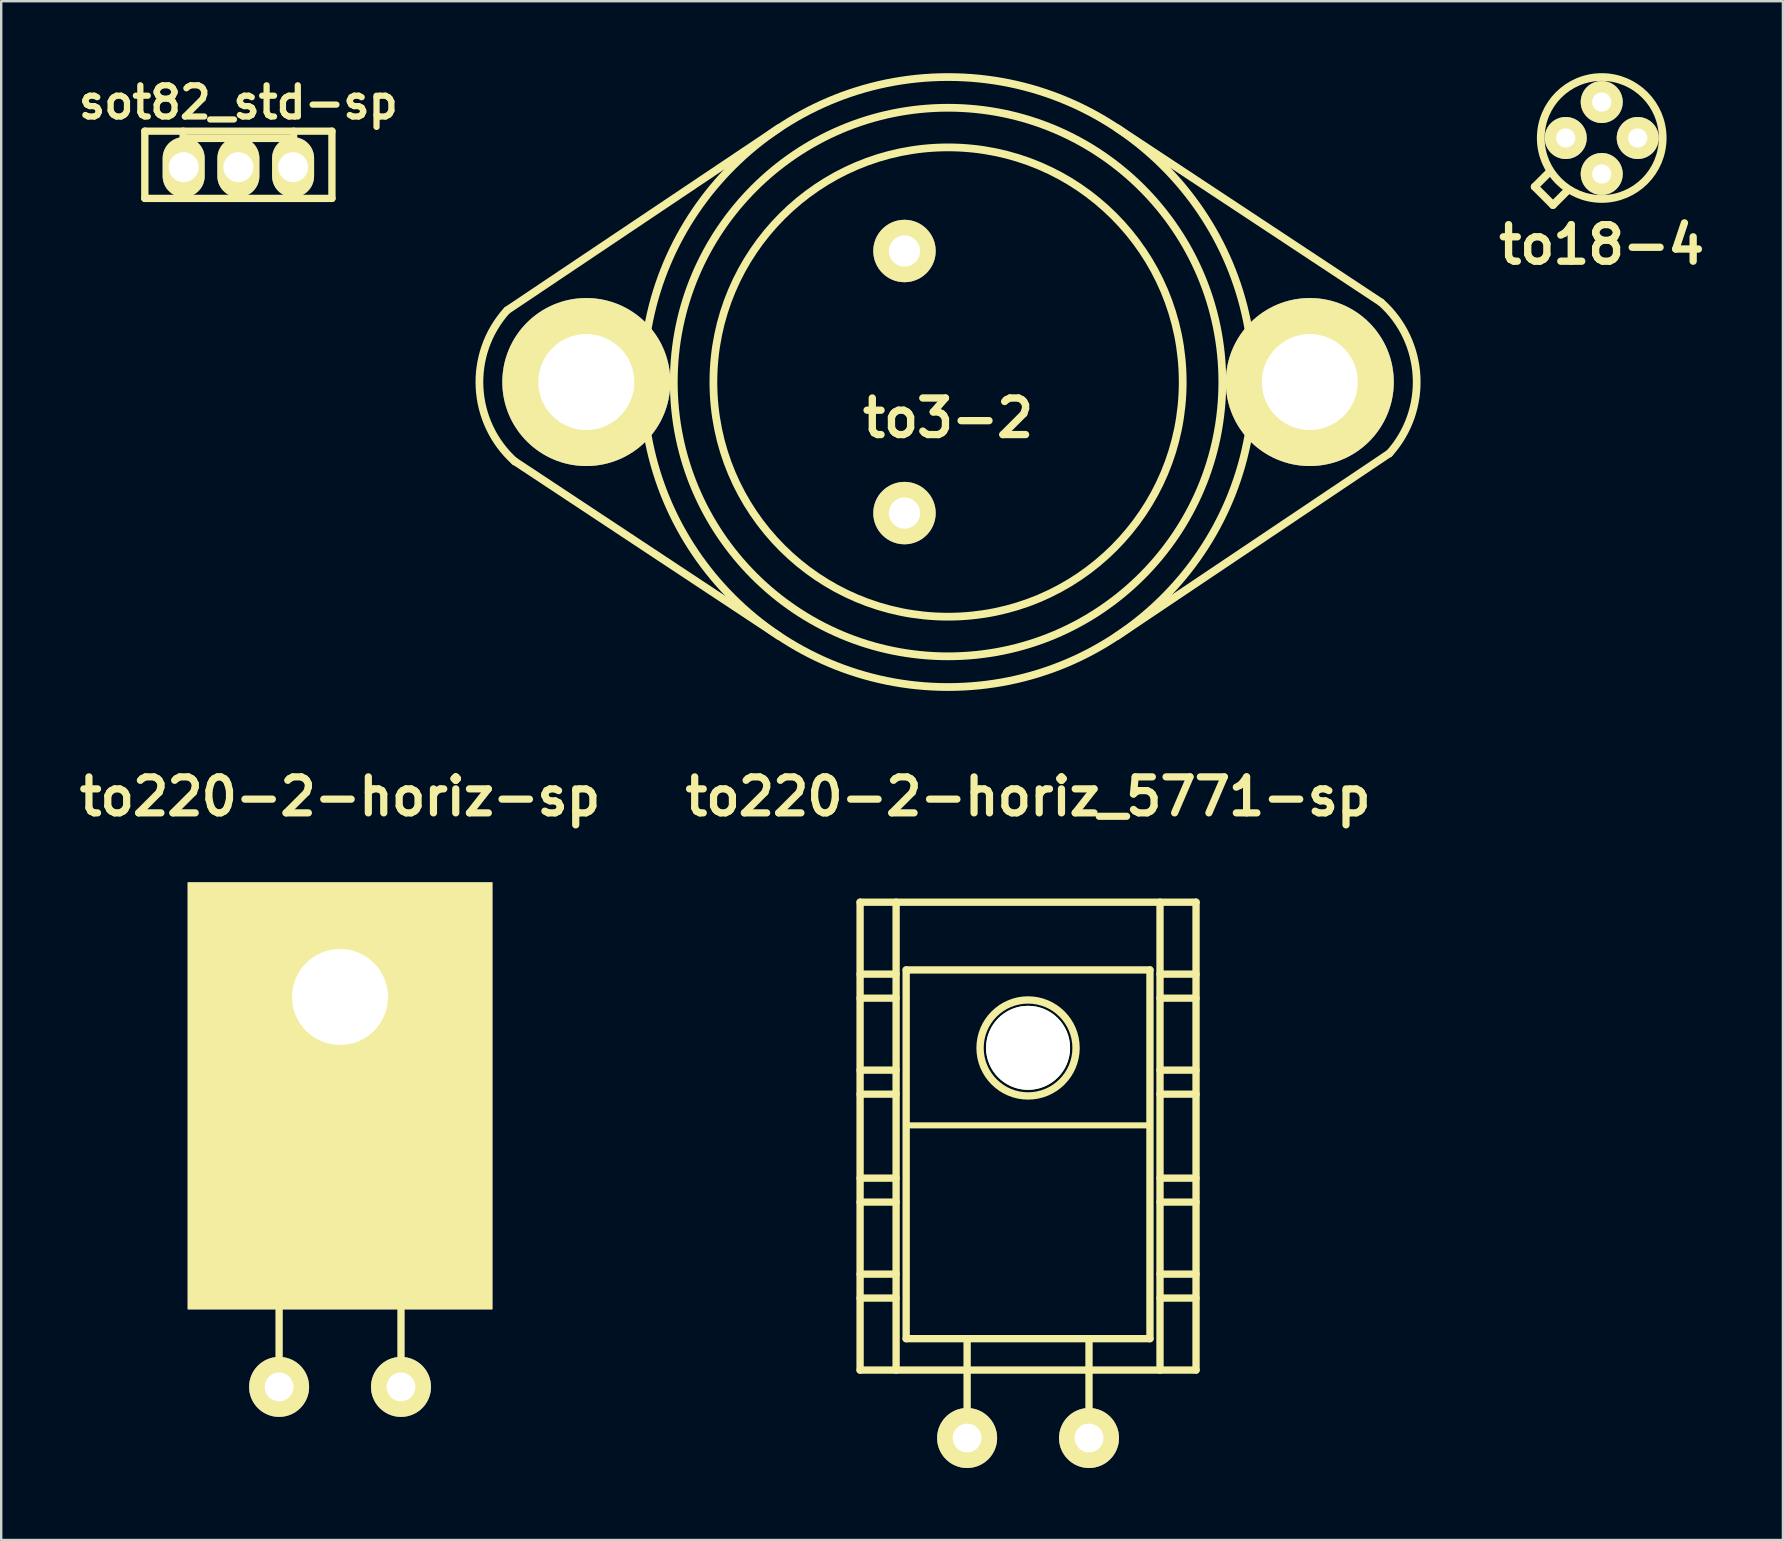
<source format=kicad_pcb>
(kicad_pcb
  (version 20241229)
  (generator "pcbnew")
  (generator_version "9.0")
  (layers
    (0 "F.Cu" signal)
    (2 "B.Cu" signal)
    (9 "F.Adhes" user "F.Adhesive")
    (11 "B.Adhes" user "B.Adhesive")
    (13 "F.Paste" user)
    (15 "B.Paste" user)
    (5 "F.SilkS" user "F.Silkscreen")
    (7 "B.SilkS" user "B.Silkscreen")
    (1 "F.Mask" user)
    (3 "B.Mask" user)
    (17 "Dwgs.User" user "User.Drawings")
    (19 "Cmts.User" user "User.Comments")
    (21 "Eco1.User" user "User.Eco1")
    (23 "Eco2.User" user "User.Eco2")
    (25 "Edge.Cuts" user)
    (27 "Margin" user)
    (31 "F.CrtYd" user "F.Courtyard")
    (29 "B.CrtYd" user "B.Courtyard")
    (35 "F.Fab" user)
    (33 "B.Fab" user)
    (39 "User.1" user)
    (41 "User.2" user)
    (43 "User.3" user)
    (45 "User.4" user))
  (footprint "to220-2-horiz-sp"
    (layer "F.Cu")
    (at 11.121 45.147)
    (property "Reference" "to220-2-horiz-sp" (at 0 -15 0) (layer "F.SilkS") (effects (font (size 1.5 1.5) (thickness 0.3))))
    (attr through_hole)
    (fp_line (start -5.08 -9.906) (end -5.08 5.461) (stroke (width 0.305) (type solid)) (layer "F.SilkS"))
    (fp_line (start -5.08 5.461) (end 5.08 5.461) (stroke (width 0.305) (type solid)) (layer "F.SilkS"))
    (fp_line (start -2.54 9.652) (end -2.54 5.461) (stroke (width 0.305) (type solid)) (layer "F.SilkS"))
    (fp_line (start 2.54 9.652) (end 2.54 5.461) (stroke (width 0.305) (type solid)) (layer "F.SilkS"))
    (fp_line (start 5.08 -9.906) (end -5.08 -9.906) (stroke (width 0.305) (type solid)) (layer "F.SilkS"))
    (fp_line (start 5.08 -3.429) (end -5.08 -3.429) (stroke (width 0.254) (type solid)) (layer "F.SilkS"))
    (fp_line (start 5.08 5.461) (end 5.08 -9.906) (stroke (width 0.305) (type solid)) (layer "F.SilkS"))
    (pad "1" thru_hole circle (at -2.54 9.6) (size 2.5 2.5) (drill 1.2) (layers "*.Cu" "*.Mask" "F.SilkS"))
    (pad "2" thru_hole circle (at 2.54 9.6) (size 2.5 2.5) (drill 1.2) (layers "*.Cu" "*.Mask" "F.SilkS"))
    (pad "3" thru_hole rect (at 0 -6.65) (size 12.7 17.8) (drill 4 (offset 0 4.12)) (layers "F.Cu" "F.Mask" "F.SilkS")))
  (footprint "to18-4"
    (layer "F.Cu")
    (at 63.7 2.701)
    (property "Reference" "to18-4" (at 0 4.445 0) (layer "F.SilkS") (effects (font (size 1.524 1.524) (thickness 0.305))))
    (attr through_hole)
    (fp_line (start -2.794 2.032) (end -2.032 2.794) (stroke (width 0.323) (type solid)) (layer "F.SilkS"))
    (fp_line (start -2.159 1.397) (end -2.794 2.032) (stroke (width 0.323) (type solid)) (layer "F.SilkS"))
    (fp_line (start -2.032 2.794) (end -1.397 2.159) (stroke (width 0.323) (type solid)) (layer "F.SilkS"))
    (fp_circle (center 0 0) (end -2.54 0) (stroke (width 0.323) (type solid)) (fill no) (layer "F.SilkS"))
    (pad "1" thru_hole circle (at 1.5 0) (size 1.75 1.75) (drill 0.8) (layers "*.Cu" "*.Mask" "F.SilkS"))
    (pad "2" thru_hole circle (at 0 -1.5) (size 1.75 1.75) (drill 0.8) (layers "*.Cu" "*.Mask" "F.SilkS"))
    (pad "3" thru_hole circle (at -1.5 0) (size 1.75 1.75) (drill 0.8) (layers "*.Cu" "*.Mask" "F.SilkS"))
    (pad "4" thru_hole circle (at 0 1.5) (size 1.75 1.75) (drill 0.8) (layers "*.Cu" "*.Mask" "F.SilkS")))
  (footprint "to3-2"
    (layer "F.Cu")
    (at 36.459 12.871)
    (property "Reference" "to3-2" (at 0 1.5 0) (layer "F.SilkS") (effects (font (size 1.524 1.524) (thickness 0.305))))
    (attr through_hole)
    (fp_line (start -18.364 -2.997) (end -7.036 -10.592) (stroke (width 0.323) (type solid)) (layer "F.SilkS"))
    (fp_line (start -18.059 3.302) (end -7.036 10.592) (stroke (width 0.323) (type solid)) (layer "F.SilkS"))
    (fp_line (start 18.034 -3.327) (end 7.036 -10.592) (stroke (width 0.323) (type solid)) (layer "F.SilkS"))
    (fp_line (start 18.39 2.972) (end 7.036 10.592) (stroke (width 0.323) (type solid)) (layer "F.SilkS"))
    (fp_arc (start -18.05432 3.31216) (mid -19.523719 0.235283) (end -18.38706 -2.97942) (stroke (width 0.32258) (type solid)) (layer "F.SilkS"))
    (fp_arc (start 18.05432 -3.31216) (mid 19.523719 -0.235283) (end 18.38706 2.97942) (stroke (width 0.32258) (type solid)) (layer "F.SilkS"))
    (fp_circle (center 0 0) (end -12.7 0.508) (stroke (width 0.323) (type solid)) (fill no) (layer "F.SilkS"))
    (fp_circle (center 0 0) (end -11.43 0) (stroke (width 0.323) (type solid)) (fill no) (layer "F.SilkS"))
    (fp_circle (center 0 0) (end -9.779 0) (stroke (width 0.323) (type solid)) (fill no) (layer "F.SilkS"))
    (pad "1" thru_hole circle (at -1.816 -5.461) (size 2.6 2.6) (drill 1.3) (layers "*.Cu" "*.Mask" "F.SilkS"))
    (pad "2" thru_hole circle (at -1.816 5.461) (size 2.6 2.6) (drill 1.3) (layers "*.Cu" "*.Mask" "F.SilkS"))
    (pad "3" thru_hole circle (at -15.075 0) (size 7 7) (drill 4) (layers "*.Cu" "*.Mask" "F.SilkS"))
    (pad "3" thru_hole circle (at 15.075 0) (size 7 7) (drill 4) (layers "*.Cu" "*.Mask" "F.SilkS")))
  (footprint "sot82_std-sp"
    (layer "F.Cu")
    (at 6.884 3.917)
    (property "Reference" "sot82_std-sp" (at 0 -2.7 0) (layer "F.SilkS") (effects (font (size 1.3 1.3) (thickness 0.26))))
    (attr through_hole)
    (fp_line (start -3.899 -1.501) (end -3.899 1.3) (stroke (width 0.305) (type solid)) (layer "F.SilkS"))
    (fp_line (start -3.899 1.3) (end 3.899 1.3) (stroke (width 0.305) (type solid)) (layer "F.SilkS"))
    (fp_line (start -2.301 -1.501) (end -2.301 -1.199) (stroke (width 0.305) (type solid)) (layer "F.SilkS"))
    (fp_line (start -2.301 -1.199) (end 2.301 -1.199) (stroke (width 0.305) (type solid)) (layer "F.SilkS"))
    (fp_line (start 2.301 -1.199) (end 2.301 -1.501) (stroke (width 0.305) (type solid)) (layer "F.SilkS"))
    (fp_line (start 3.899 -1.501) (end -3.899 -1.501) (stroke (width 0.305) (type solid)) (layer "F.SilkS"))
    (fp_line (start 3.899 1.3) (end 3.899 -1.501) (stroke (width 0.305) (type solid)) (layer "F.SilkS"))
    (pad "1" thru_hole oval (at -2.28 0) (size 1.75 2.5) (drill 1.25) (layers "*.Cu" "*.Mask" "F.SilkS"))
    (pad "2" thru_hole oval (at 0 0) (size 1.75 2.5) (drill 1.25) (layers "*.Cu" "*.Mask" "F.SilkS"))
    (pad "3" thru_hole oval (at 2.28 0) (size 1.75 2.5) (drill 1.25) (layers "*.Cu" "*.Mask" "F.SilkS")))
  (footprint "to220-2-horiz_5771-sp"
    (layer "F.Cu")
    (at 39.793 48.547)
    (property "Reference" "to220-2-horiz_5771-sp" (at 0 -18.4 0) (layer "F.SilkS") (effects (font (size 1.5 1.5) (thickness 0.3))))
    (attr through_hole)
    (fp_line (start -7 -14) (end -7 5.499) (stroke (width 0.305) (type solid)) (layer "F.SilkS"))
    (fp_line (start -7 -11.001) (end -5.499 -11.001) (stroke (width 0.305) (type solid)) (layer "F.SilkS"))
    (fp_line (start -7 -10) (end -5.499 -10) (stroke (width 0.305) (type solid)) (layer "F.SilkS"))
    (fp_line (start -7 -7) (end -5.499 -7) (stroke (width 0.305) (type solid)) (layer "F.SilkS"))
    (fp_line (start -7 -5.999) (end -5.499 -5.999) (stroke (width 0.305) (type solid)) (layer "F.SilkS"))
    (fp_line (start -7 -2.499) (end -5.499 -2.499) (stroke (width 0.305) (type solid)) (layer "F.SilkS"))
    (fp_line (start -7 -1.501) (end -5.499 -1.501) (stroke (width 0.305) (type solid)) (layer "F.SilkS"))
    (fp_line (start -7 1.501) (end -5.499 1.501) (stroke (width 0.305) (type solid)) (layer "F.SilkS"))
    (fp_line (start -7 2.499) (end -5.499 2.499) (stroke (width 0.305) (type solid)) (layer "F.SilkS"))
    (fp_line (start -7 5.499) (end 7 5.499) (stroke (width 0.305) (type solid)) (layer "F.SilkS"))
    (fp_line (start -5.499 5.499) (end -5.499 -14) (stroke (width 0.305) (type solid)) (layer "F.SilkS"))
    (fp_line (start -5.08 -11.176) (end -5.08 4.191) (stroke (width 0.305) (type solid)) (layer "F.SilkS"))
    (fp_line (start -5.08 4.191) (end 5.08 4.191) (stroke (width 0.305) (type solid)) (layer "F.SilkS"))
    (fp_line (start -2.54 8.382) (end -2.54 4.191) (stroke (width 0.305) (type solid)) (layer "F.SilkS"))
    (fp_line (start 2.54 8.382) (end 2.54 4.191) (stroke (width 0.305) (type solid)) (layer "F.SilkS"))
    (fp_line (start 5.08 -11.176) (end -5.08 -11.176) (stroke (width 0.305) (type solid)) (layer "F.SilkS"))
    (fp_line (start 5.08 -4.699) (end -5.08 -4.699) (stroke (width 0.254) (type solid)) (layer "F.SilkS"))
    (fp_line (start 5.08 4.191) (end 5.08 -11.176) (stroke (width 0.305) (type solid)) (layer "F.SilkS"))
    (fp_line (start 5.499 -14) (end 5.499 5.499) (stroke (width 0.305) (type solid)) (layer "F.SilkS"))
    (fp_line (start 5.499 -11.001) (end 7 -11.001) (stroke (width 0.305) (type solid)) (layer "F.SilkS"))
    (fp_line (start 5.499 -10) (end 7 -10) (stroke (width 0.305) (type solid)) (layer "F.SilkS"))
    (fp_line (start 5.499 -7) (end 7 -7) (stroke (width 0.305) (type solid)) (layer "F.SilkS"))
    (fp_line (start 5.499 -5.999) (end 7 -5.999) (stroke (width 0.305) (type solid)) (layer "F.SilkS"))
    (fp_line (start 5.499 -2.499) (end 7 -2.499) (stroke (width 0.305) (type solid)) (layer "F.SilkS"))
    (fp_line (start 5.499 -1.501) (end 7 -1.501) (stroke (width 0.305) (type solid)) (layer "F.SilkS"))
    (fp_line (start 5.499 1.501) (end 7 1.501) (stroke (width 0.305) (type solid)) (layer "F.SilkS"))
    (fp_line (start 5.499 2.499) (end 7 2.499) (stroke (width 0.305) (type solid)) (layer "F.SilkS"))
    (fp_line (start 7 -14) (end -7 -14) (stroke (width 0.305) (type solid)) (layer "F.SilkS"))
    (fp_line (start 7 5.499) (end 7 -14) (stroke (width 0.305) (type solid)) (layer "F.SilkS"))
    (fp_circle (center 0 -7.925) (end -1.999 -8.001) (stroke (width 0.305) (type solid)) (fill no) (layer "F.SilkS"))
    (pad "" np_thru_hole circle (at 0 -7.93) (size 3.5 3.5) (drill 3.5) (layers "*.Cu" "*.Mask" "F.SilkS"))
    (pad "1" thru_hole circle (at -2.54 8.33) (size 2.5 2.5) (drill 1.2) (layers "*.Cu" "*.Mask" "F.SilkS"))
    (pad "2" thru_hole circle (at 2.54 8.33) (size 2.5 2.5) (drill 1.2) (layers "*.Cu" "*.Mask" "F.SilkS")))
  (gr_rect
    (start -3 -3)
    (end 71.251 61.127)
    (stroke (width 0.1) (type default))
    (fill no)
    (layer "Edge.Cuts")))
</source>
